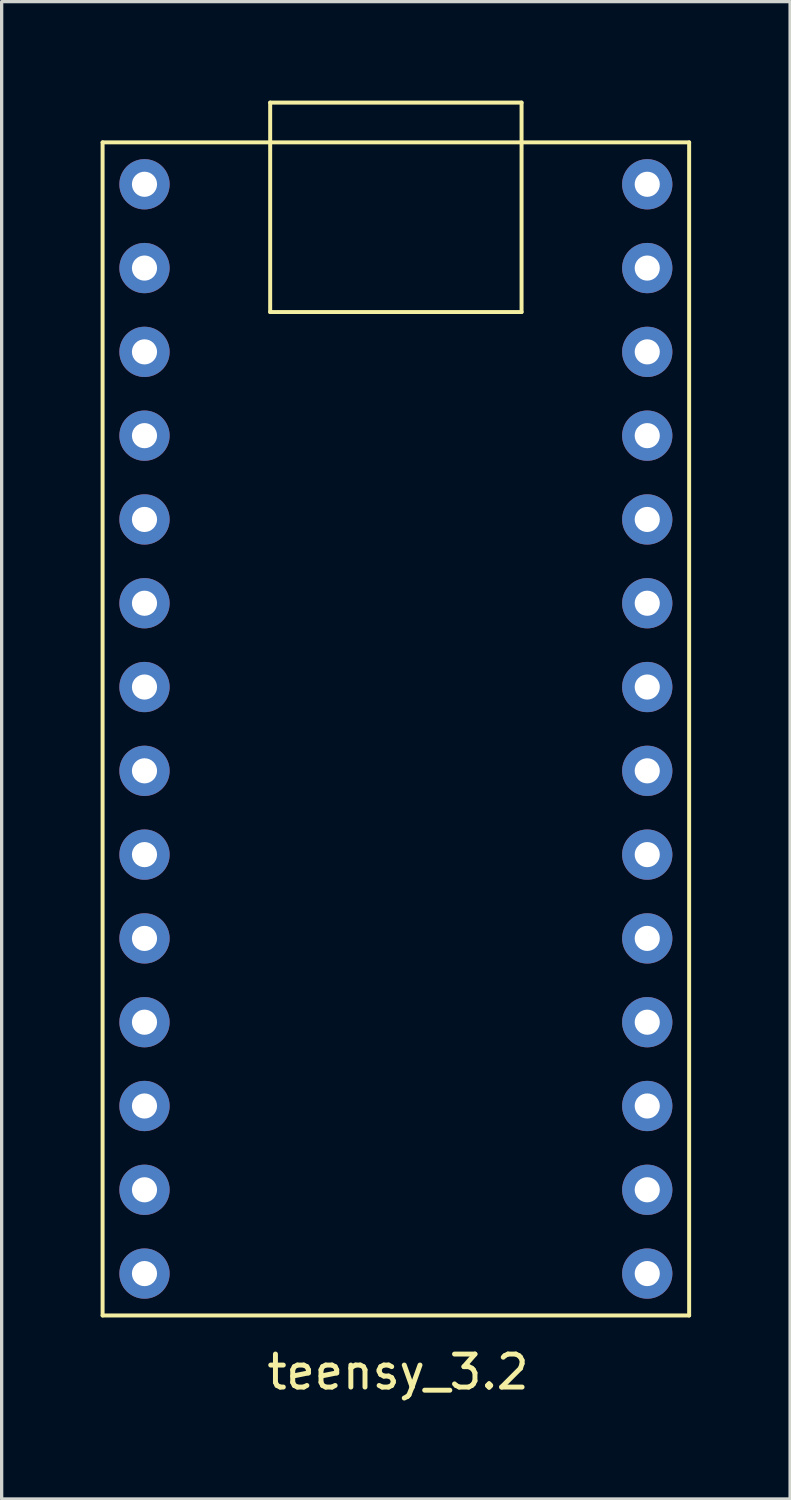
<source format=kicad_pcb>
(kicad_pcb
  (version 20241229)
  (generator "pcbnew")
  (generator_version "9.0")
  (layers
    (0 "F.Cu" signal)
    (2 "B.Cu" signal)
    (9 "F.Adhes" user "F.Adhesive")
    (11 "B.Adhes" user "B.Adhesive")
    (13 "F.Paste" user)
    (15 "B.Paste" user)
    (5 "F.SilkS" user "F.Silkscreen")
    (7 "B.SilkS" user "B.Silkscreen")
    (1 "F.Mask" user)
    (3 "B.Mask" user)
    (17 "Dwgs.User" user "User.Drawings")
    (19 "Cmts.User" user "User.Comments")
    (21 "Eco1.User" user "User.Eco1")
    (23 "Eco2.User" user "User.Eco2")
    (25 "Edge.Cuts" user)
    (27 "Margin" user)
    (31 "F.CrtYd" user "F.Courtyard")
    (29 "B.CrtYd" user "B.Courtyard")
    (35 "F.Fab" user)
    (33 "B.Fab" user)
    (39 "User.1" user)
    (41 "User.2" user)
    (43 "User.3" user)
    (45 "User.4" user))
  (footprint "teensy_3.2"
    (layer "F.Cu")
    (at 8.95 17.776)
    (property "Reference" "teensy_3.2" (at 0.064 20.765 0) (layer "F.SilkS") (effects (font (size 1 1) (thickness 0.15))))
    (attr through_hole)
    (fp_line (start -8.89 -16.51) (end 8.89 -16.51) (stroke (width 0.12) (type solid)) (layer "F.SilkS"))
    (fp_line (start -8.89 19.05) (end -8.89 -16.51) (stroke (width 0.12) (type solid)) (layer "F.SilkS"))
    (fp_line (start -3.81 -17.716) (end 3.81 -17.716) (stroke (width 0.12) (type solid)) (layer "F.SilkS"))
    (fp_line (start -3.81 -11.367) (end -3.81 -17.716) (stroke (width 0.12) (type solid)) (layer "F.SilkS"))
    (fp_line (start 3.81 -17.716) (end 3.81 -11.367) (stroke (width 0.12) (type solid)) (layer "F.SilkS"))
    (fp_line (start 3.81 -11.367) (end -3.81 -11.367) (stroke (width 0.12) (type solid)) (layer "F.SilkS"))
    (fp_line (start 8.89 -16.51) (end 8.89 19.05) (stroke (width 0.12) (type solid)) (layer "F.SilkS"))
    (fp_line (start 8.89 19.05) (end -8.89 19.05) (stroke (width 0.12) (type solid)) (layer "F.SilkS"))
    (pad "1" thru_hole circle (at -7.62 -15.24) (size 1.524 1.524) (drill 0.762) (layers "*.Cu" "*.Mask"))
    (pad "2" thru_hole circle (at -7.62 -12.7) (size 1.524 1.524) (drill 0.762) (layers "*.Cu" "*.Mask"))
    (pad "3" thru_hole circle (at -7.62 -10.16) (size 1.524 1.524) (drill 0.762) (layers "*.Cu" "*.Mask"))
    (pad "4" thru_hole circle (at -7.62 -7.62) (size 1.524 1.524) (drill 0.762) (layers "*.Cu" "*.Mask"))
    (pad "5" thru_hole circle (at -7.62 -5.08) (size 1.524 1.524) (drill 0.762) (layers "*.Cu" "*.Mask"))
    (pad "6" thru_hole circle (at -7.62 -2.54) (size 1.524 1.524) (drill 0.762) (layers "*.Cu" "*.Mask"))
    (pad "7" thru_hole circle (at -7.62 0) (size 1.524 1.524) (drill 0.762) (layers "*.Cu" "*.Mask"))
    (pad "8" thru_hole circle (at -7.62 2.54) (size 1.524 1.524) (drill 0.762) (layers "*.Cu" "*.Mask"))
    (pad "9" thru_hole circle (at -7.62 5.08) (size 1.524 1.524) (drill 0.762) (layers "*.Cu" "*.Mask"))
    (pad "10" thru_hole circle (at -7.62 7.62) (size 1.524 1.524) (drill 0.762) (layers "*.Cu" "*.Mask"))
    (pad "11" thru_hole circle (at -7.62 10.16) (size 1.524 1.524) (drill 0.762) (layers "*.Cu" "*.Mask"))
    (pad "12" thru_hole circle (at -7.62 12.7) (size 1.524 1.524) (drill 0.762) (layers "*.Cu" "*.Mask"))
    (pad "13" thru_hole circle (at -7.62 15.24) (size 1.524 1.524) (drill 0.762) (layers "*.Cu" "*.Mask"))
    (pad "14" thru_hole circle (at -7.62 17.78) (size 1.524 1.524) (drill 0.762) (layers "*.Cu" "*.Mask"))
    (pad "20" thru_hole circle (at 7.62 17.78) (size 1.524 1.524) (drill 0.762) (layers "*.Cu" "*.Mask"))
    (pad "21" thru_hole circle (at 7.62 15.24) (size 1.524 1.524) (drill 0.762) (layers "*.Cu" "*.Mask"))
    (pad "22" thru_hole circle (at 7.62 12.7) (size 1.524 1.524) (drill 0.762) (layers "*.Cu" "*.Mask"))
    (pad "23" thru_hole circle (at 7.62 10.16) (size 1.524 1.524) (drill 0.762) (layers "*.Cu" "*.Mask"))
    (pad "24" thru_hole circle (at 7.62 7.62) (size 1.524 1.524) (drill 0.762) (layers "*.Cu" "*.Mask"))
    (pad "25" thru_hole circle (at 7.62 5.08) (size 1.524 1.524) (drill 0.762) (layers "*.Cu" "*.Mask"))
    (pad "26" thru_hole circle (at 7.62 2.54) (size 1.524 1.524) (drill 0.762) (layers "*.Cu" "*.Mask"))
    (pad "27" thru_hole circle (at 7.62 0) (size 1.524 1.524) (drill 0.762) (layers "*.Cu" "*.Mask"))
    (pad "28" thru_hole circle (at 7.62 -2.54) (size 1.524 1.524) (drill 0.762) (layers "*.Cu" "*.Mask"))
    (pad "29" thru_hole circle (at 7.62 -5.08) (size 1.524 1.524) (drill 0.762) (layers "*.Cu" "*.Mask"))
    (pad "30" thru_hole circle (at 7.62 -7.62) (size 1.524 1.524) (drill 0.762) (layers "*.Cu" "*.Mask"))
    (pad "31" thru_hole circle (at 7.62 -10.16) (size 1.524 1.524) (drill 0.762) (layers "*.Cu" "*.Mask"))
    (pad "32" thru_hole circle (at 7.62 -12.7) (size 1.524 1.524) (drill 0.762) (layers "*.Cu" "*.Mask"))
    (pad "33" thru_hole circle (at 7.62 -15.24) (size 1.524 1.524) (drill 0.762) (layers "*.Cu" "*.Mask")))
  (gr_rect
    (start -3 -3)
    (end 20.9 42.389)
    (stroke (width 0.1) (type default))
    (fill no)
    (layer "Edge.Cuts")))
</source>
